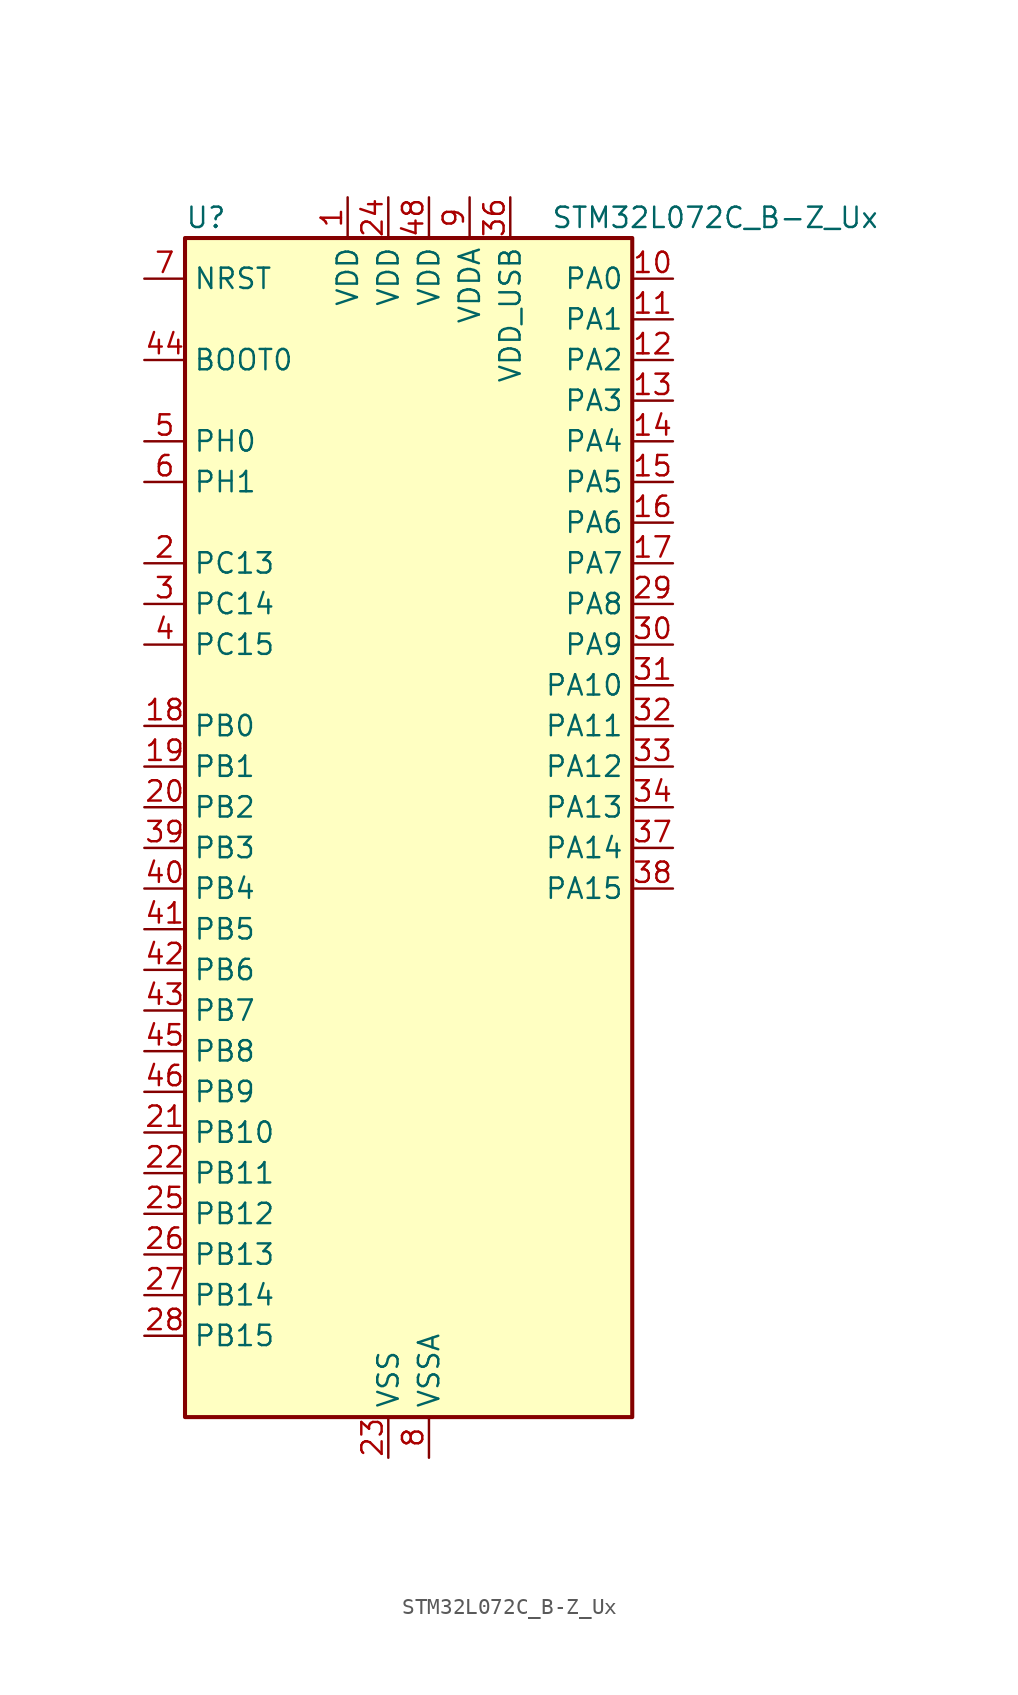
<source format=kicad_sym>
(kicad_symbol_lib
  (version 20220914)
  (generator kicad_symbol_editor)
  (symbol "STM32L072C_B-Z_Ux"
    (property "Reference" "U"
      (at -12.7 39.37 0)
      (effects (font (size 1.27 1.27)) (justify left)))
    (property "Value" "STM32L072C_B-Z_Ux"
      (at 10.16 39.37 0)
      (effects (font (size 1.27 1.27)) (justify left)))
    (property "ki_locked" ""
      (at 0 0 0)
      (effects (font (size 1.27 1.27))))
    (symbol "STM32L072C_B-Z_Ux_0_1"
      (rectangle (start -12.7 -35.56) (end 15.24 38.1) (stroke (width 0.254) (type default)) (fill (type background))))
    (symbol "STM32L072C_B-Z_Ux_1_1"
      (pin power_in line (at -2.54 40.64 270) (length 2.54) (name "VDD" (effects (font (size 1.27 1.27)))) (number "1" (effects (font (size 1.27 1.27)))))
      (pin bidirectional line (at 17.78 35.56 180) (length 2.54) (name "PA0" (effects (font (size 1.27 1.27)))) (number "10" (effects (font (size 1.27 1.27)))) (alternate "ADC_IN0" bidirectional line) (alternate "COMP1_INM" bidirectional line) (alternate "COMP1_OUT" bidirectional line) (alternate "RTC_TAMP2" bidirectional line) (alternate "SYS_WKUP1" bidirectional line) (alternate "TIM2_CH1" bidirectional line) (alternate "TIM2_ETR" bidirectional line) (alternate "TSC_G1_IO1" bidirectional line) (alternate "USART2_CTS" bidirectional line) (alternate "USART4_TX" bidirectional line))
      (pin bidirectional line (at 17.78 33.02 180) (length 2.54) (name "PA1" (effects (font (size 1.27 1.27)))) (number "11" (effects (font (size 1.27 1.27)))) (alternate "ADC_IN1" bidirectional line) (alternate "COMP1_INP" bidirectional line) (alternate "TIM21_ETR" bidirectional line) (alternate "TIM2_CH2" bidirectional line) (alternate "TSC_G1_IO2" bidirectional line) (alternate "USART2_DE" bidirectional line) (alternate "USART2_RTS" bidirectional line) (alternate "USART4_RX" bidirectional line))
      (pin bidirectional line (at 17.78 30.48 180) (length 2.54) (name "PA2" (effects (font (size 1.27 1.27)))) (number "12" (effects (font (size 1.27 1.27)))) (alternate "ADC_IN2" bidirectional line) (alternate "COMP2_INM" bidirectional line) (alternate "COMP2_OUT" bidirectional line) (alternate "LPUART1_TX" bidirectional line) (alternate "TIM21_CH1" bidirectional line) (alternate "TIM2_CH3" bidirectional line) (alternate "TSC_G1_IO3" bidirectional line) (alternate "USART2_TX" bidirectional line))
      (pin bidirectional line (at 17.78 27.94 180) (length 2.54) (name "PA3" (effects (font (size 1.27 1.27)))) (number "13" (effects (font (size 1.27 1.27)))) (alternate "ADC_IN3" bidirectional line) (alternate "COMP2_INP" bidirectional line) (alternate "LPUART1_RX" bidirectional line) (alternate "TIM21_CH2" bidirectional line) (alternate "TIM2_CH4" bidirectional line) (alternate "TSC_G1_IO4" bidirectional line) (alternate "USART2_RX" bidirectional line))
      (pin bidirectional line (at 17.78 25.4 180) (length 2.54) (name "PA4" (effects (font (size 1.27 1.27)))) (number "14" (effects (font (size 1.27 1.27)))) (alternate "ADC_IN4" bidirectional line) (alternate "COMP1_INM" bidirectional line) (alternate "COMP2_INM" bidirectional line) (alternate "DAC_OUT1" bidirectional line) (alternate "SPI1_NSS" bidirectional line) (alternate "TIM22_ETR" bidirectional line) (alternate "TSC_G2_IO1" bidirectional line) (alternate "USART2_CK" bidirectional line))
      (pin bidirectional line (at 17.78 22.86 180) (length 2.54) (name "PA5" (effects (font (size 1.27 1.27)))) (number "15" (effects (font (size 1.27 1.27)))) (alternate "ADC_IN5" bidirectional line) (alternate "COMP1_INM" bidirectional line) (alternate "COMP2_INM" bidirectional line) (alternate "DAC_OUT2" bidirectional line) (alternate "SPI1_SCK" bidirectional line) (alternate "TIM2_CH1" bidirectional line) (alternate "TIM2_ETR" bidirectional line) (alternate "TSC_G2_IO2" bidirectional line))
      (pin bidirectional line (at 17.78 20.32 180) (length 2.54) (name "PA6" (effects (font (size 1.27 1.27)))) (number "16" (effects (font (size 1.27 1.27)))) (alternate "ADC_IN6" bidirectional line) (alternate "COMP1_OUT" bidirectional line) (alternate "LPUART1_CTS" bidirectional line) (alternate "SPI1_MISO" bidirectional line) (alternate "TIM22_CH1" bidirectional line) (alternate "TIM3_CH1" bidirectional line) (alternate "TSC_G2_IO3" bidirectional line))
      (pin bidirectional line (at 17.78 17.78 180) (length 2.54) (name "PA7" (effects (font (size 1.27 1.27)))) (number "17" (effects (font (size 1.27 1.27)))) (alternate "ADC_IN7" bidirectional line) (alternate "COMP2_OUT" bidirectional line) (alternate "SPI1_MOSI" bidirectional line) (alternate "TIM22_CH2" bidirectional line) (alternate "TIM3_CH2" bidirectional line) (alternate "TSC_G2_IO4" bidirectional line))
      (pin bidirectional line (at -15.24 7.62 0) (length 2.54) (name "PB0" (effects (font (size 1.27 1.27)))) (number "18" (effects (font (size 1.27 1.27)))) (alternate "ADC_IN8" bidirectional line) (alternate "SYS_VREF_OUT_PB0" bidirectional line) (alternate "TIM3_CH3" bidirectional line) (alternate "TSC_G3_IO2" bidirectional line))
      (pin bidirectional line (at -15.24 5.08 0) (length 2.54) (name "PB1" (effects (font (size 1.27 1.27)))) (number "19" (effects (font (size 1.27 1.27)))) (alternate "ADC_IN9" bidirectional line) (alternate "LPUART1_DE" bidirectional line) (alternate "LPUART1_RTS" bidirectional line) (alternate "SYS_VREF_OUT_PB1" bidirectional line) (alternate "TIM3_CH4" bidirectional line) (alternate "TSC_G3_IO3" bidirectional line))
      (pin bidirectional line (at -15.24 17.78 0) (length 2.54) (name "PC13" (effects (font (size 1.27 1.27)))) (number "2" (effects (font (size 1.27 1.27)))) (alternate "RTC_OUT_ALARM" bidirectional line) (alternate "RTC_OUT_CALIB" bidirectional line) (alternate "RTC_TAMP1" bidirectional line) (alternate "RTC_TS" bidirectional line) (alternate "SYS_WKUP2" bidirectional line))
      (pin bidirectional line (at -15.24 2.54 0) (length 2.54) (name "PB2" (effects (font (size 1.27 1.27)))) (number "20" (effects (font (size 1.27 1.27)))) (alternate "I2C3_SMBA" bidirectional line) (alternate "LPTIM1_OUT" bidirectional line) (alternate "TSC_G3_IO4" bidirectional line))
      (pin bidirectional line (at -15.24 -17.78 0) (length 2.54) (name "PB10" (effects (font (size 1.27 1.27)))) (number "21" (effects (font (size 1.27 1.27)))) (alternate "I2C2_SCL" bidirectional line) (alternate "LPUART1_RX" bidirectional line) (alternate "LPUART1_TX" bidirectional line) (alternate "SPI2_SCK" bidirectional line) (alternate "TIM2_CH3" bidirectional line) (alternate "TSC_SYNC" bidirectional line))
      (pin bidirectional line (at -15.24 -20.32 0) (length 2.54) (name "PB11" (effects (font (size 1.27 1.27)))) (number "22" (effects (font (size 1.27 1.27)))) (alternate "ADC_EXTI11" bidirectional line) (alternate "I2C2_SDA" bidirectional line) (alternate "LPUART1_RX" bidirectional line) (alternate "LPUART1_TX" bidirectional line) (alternate "TIM2_CH4" bidirectional line) (alternate "TSC_G6_IO1" bidirectional line))
      (pin power_in line (at 0 -38.1 90) (length 2.54) (name "VSS" (effects (font (size 1.27 1.27)))) (number "23" (effects (font (size 1.27 1.27)))))
      (pin power_in line (at 0 40.64 270) (length 2.54) (name "VDD" (effects (font (size 1.27 1.27)))) (number "24" (effects (font (size 1.27 1.27)))))
      (pin bidirectional line (at -15.24 -22.86 0) (length 2.54) (name "PB12" (effects (font (size 1.27 1.27)))) (number "25" (effects (font (size 1.27 1.27)))) (alternate "I2S2_WS" bidirectional line) (alternate "LPUART1_DE" bidirectional line) (alternate "LPUART1_RTS" bidirectional line) (alternate "SPI2_NSS" bidirectional line) (alternate "TSC_G6_IO2" bidirectional line))
      (pin bidirectional line (at -15.24 -25.4 0) (length 2.54) (name "PB13" (effects (font (size 1.27 1.27)))) (number "26" (effects (font (size 1.27 1.27)))) (alternate "I2C2_SCL" bidirectional line) (alternate "I2S2_CK" bidirectional line) (alternate "LPUART1_CTS" bidirectional line) (alternate "RCC_MCO" bidirectional line) (alternate "SPI2_SCK" bidirectional line) (alternate "TIM21_CH1" bidirectional line) (alternate "TSC_G6_IO3" bidirectional line))
      (pin bidirectional line (at -15.24 -27.94 0) (length 2.54) (name "PB14" (effects (font (size 1.27 1.27)))) (number "27" (effects (font (size 1.27 1.27)))) (alternate "I2C2_SDA" bidirectional line) (alternate "I2S2_MCK" bidirectional line) (alternate "LPUART1_DE" bidirectional line) (alternate "LPUART1_RTS" bidirectional line) (alternate "RTC_OUT_ALARM" bidirectional line) (alternate "RTC_OUT_CALIB" bidirectional line) (alternate "SPI2_MISO" bidirectional line) (alternate "TIM21_CH2" bidirectional line) (alternate "TSC_G6_IO4" bidirectional line))
      (pin bidirectional line (at -15.24 -30.48 0) (length 2.54) (name "PB15" (effects (font (size 1.27 1.27)))) (number "28" (effects (font (size 1.27 1.27)))) (alternate "I2S2_SD" bidirectional line) (alternate "RTC_REFIN" bidirectional line) (alternate "SPI2_MOSI" bidirectional line))
      (pin bidirectional line (at 17.78 15.24 180) (length 2.54) (name "PA8" (effects (font (size 1.27 1.27)))) (number "29" (effects (font (size 1.27 1.27)))) (alternate "CRS_SYNC" bidirectional line) (alternate "I2C3_SCL" bidirectional line) (alternate "RCC_MCO" bidirectional line) (alternate "USART1_CK" bidirectional line))
      (pin bidirectional line (at -15.24 15.24 0) (length 2.54) (name "PC14" (effects (font (size 1.27 1.27)))) (number "3" (effects (font (size 1.27 1.27)))) (alternate "RCC_OSC32_IN" bidirectional line))
      (pin bidirectional line (at 17.78 12.7 180) (length 2.54) (name "PA9" (effects (font (size 1.27 1.27)))) (number "30" (effects (font (size 1.27 1.27)))) (alternate "DAC_EXTI9" bidirectional line) (alternate "I2C1_SCL" bidirectional line) (alternate "I2C3_SMBA" bidirectional line) (alternate "RCC_MCO" bidirectional line) (alternate "TSC_G4_IO1" bidirectional line) (alternate "USART1_TX" bidirectional line))
      (pin bidirectional line (at 17.78 10.16 180) (length 2.54) (name "PA10" (effects (font (size 1.27 1.27)))) (number "31" (effects (font (size 1.27 1.27)))) (alternate "I2C1_SDA" bidirectional line) (alternate "TSC_G4_IO2" bidirectional line) (alternate "USART1_RX" bidirectional line))
      (pin bidirectional line (at 17.78 7.62 180) (length 2.54) (name "PA11" (effects (font (size 1.27 1.27)))) (number "32" (effects (font (size 1.27 1.27)))) (alternate "ADC_EXTI11" bidirectional line) (alternate "COMP1_OUT" bidirectional line) (alternate "SPI1_MISO" bidirectional line) (alternate "TSC_G4_IO3" bidirectional line) (alternate "USART1_CTS" bidirectional line) (alternate "USB_DM" bidirectional line))
      (pin bidirectional line (at 17.78 5.08 180) (length 2.54) (name "PA12" (effects (font (size 1.27 1.27)))) (number "33" (effects (font (size 1.27 1.27)))) (alternate "COMP2_OUT" bidirectional line) (alternate "SPI1_MOSI" bidirectional line) (alternate "TSC_G4_IO4" bidirectional line) (alternate "USART1_DE" bidirectional line) (alternate "USART1_RTS" bidirectional line) (alternate "USB_DP" bidirectional line))
      (pin bidirectional line (at 17.78 2.54 180) (length 2.54) (name "PA13" (effects (font (size 1.27 1.27)))) (number "34" (effects (font (size 1.27 1.27)))) (alternate "LPUART1_RX" bidirectional line) (alternate "SYS_SWDIO" bidirectional line) (alternate "USB_NOE" bidirectional line))
      (pin passive line (at 0 -38.1 90) (length 2.54) hide (name "VSS" (effects (font (size 1.27 1.27)))) (number "35" (effects (font (size 1.27 1.27)))))
      (pin power_in line (at 7.62 40.64 270) (length 2.54) (name "VDD_USB" (effects (font (size 1.27 1.27)))) (number "36" (effects (font (size 1.27 1.27)))))
      (pin bidirectional line (at 17.78 0 180) (length 2.54) (name "PA14" (effects (font (size 1.27 1.27)))) (number "37" (effects (font (size 1.27 1.27)))) (alternate "LPUART1_TX" bidirectional line) (alternate "SYS_SWCLK" bidirectional line) (alternate "USART2_TX" bidirectional line))
      (pin bidirectional line (at 17.78 -2.54 180) (length 2.54) (name "PA15" (effects (font (size 1.27 1.27)))) (number "38" (effects (font (size 1.27 1.27)))) (alternate "SPI1_NSS" bidirectional line) (alternate "TIM2_CH1" bidirectional line) (alternate "TIM2_ETR" bidirectional line) (alternate "USART2_RX" bidirectional line) (alternate "USART4_DE" bidirectional line) (alternate "USART4_RTS" bidirectional line))
      (pin bidirectional line (at -15.24 0 0) (length 2.54) (name "PB3" (effects (font (size 1.27 1.27)))) (number "39" (effects (font (size 1.27 1.27)))) (alternate "COMP2_INM" bidirectional line) (alternate "SPI1_SCK" bidirectional line) (alternate "TIM2_CH2" bidirectional line) (alternate "TSC_G5_IO1" bidirectional line) (alternate "USART1_DE" bidirectional line) (alternate "USART1_RTS" bidirectional line) (alternate "USART5_TX" bidirectional line))
      (pin bidirectional line (at -15.24 12.7 0) (length 2.54) (name "PC15" (effects (font (size 1.27 1.27)))) (number "4" (effects (font (size 1.27 1.27)))) (alternate "RCC_OSC32_OUT" bidirectional line))
      (pin bidirectional line (at -15.24 -2.54 0) (length 2.54) (name "PB4" (effects (font (size 1.27 1.27)))) (number "40" (effects (font (size 1.27 1.27)))) (alternate "COMP2_INP" bidirectional line) (alternate "I2C3_SDA" bidirectional line) (alternate "SPI1_MISO" bidirectional line) (alternate "TIM22_CH1" bidirectional line) (alternate "TIM3_CH1" bidirectional line) (alternate "TSC_G5_IO2" bidirectional line) (alternate "USART1_CTS" bidirectional line) (alternate "USART5_RX" bidirectional line))
      (pin bidirectional line (at -15.24 -5.08 0) (length 2.54) (name "PB5" (effects (font (size 1.27 1.27)))) (number "41" (effects (font (size 1.27 1.27)))) (alternate "COMP2_INP" bidirectional line) (alternate "I2C1_SMBA" bidirectional line) (alternate "LPTIM1_IN1" bidirectional line) (alternate "SPI1_MOSI" bidirectional line) (alternate "TIM22_CH2" bidirectional line) (alternate "TIM3_CH2" bidirectional line) (alternate "USART1_CK" bidirectional line) (alternate "USART5_CK" bidirectional line) (alternate "USART5_DE" bidirectional line) (alternate "USART5_RTS" bidirectional line))
      (pin bidirectional line (at -15.24 -7.62 0) (length 2.54) (name "PB6" (effects (font (size 1.27 1.27)))) (number "42" (effects (font (size 1.27 1.27)))) (alternate "COMP2_INP" bidirectional line) (alternate "I2C1_SCL" bidirectional line) (alternate "LPTIM1_ETR" bidirectional line) (alternate "TSC_G5_IO3" bidirectional line) (alternate "USART1_TX" bidirectional line))
      (pin bidirectional line (at -15.24 -10.16 0) (length 2.54) (name "PB7" (effects (font (size 1.27 1.27)))) (number "43" (effects (font (size 1.27 1.27)))) (alternate "COMP2_INP" bidirectional line) (alternate "I2C1_SDA" bidirectional line) (alternate "LPTIM1_IN2" bidirectional line) (alternate "SYS_PVD_IN" bidirectional line) (alternate "TSC_G5_IO4" bidirectional line) (alternate "USART1_RX" bidirectional line) (alternate "USART4_CTS" bidirectional line))
      (pin input line (at -15.24 30.48 0) (length 2.54) (name "BOOT0" (effects (font (size 1.27 1.27)))) (number "44" (effects (font (size 1.27 1.27)))))
      (pin bidirectional line (at -15.24 -12.7 0) (length 2.54) (name "PB8" (effects (font (size 1.27 1.27)))) (number "45" (effects (font (size 1.27 1.27)))) (alternate "I2C1_SCL" bidirectional line) (alternate "TSC_SYNC" bidirectional line))
      (pin bidirectional line (at -15.24 -15.24 0) (length 2.54) (name "PB9" (effects (font (size 1.27 1.27)))) (number "46" (effects (font (size 1.27 1.27)))) (alternate "DAC_EXTI9" bidirectional line) (alternate "I2C1_SDA" bidirectional line) (alternate "I2S2_WS" bidirectional line) (alternate "SPI2_NSS" bidirectional line))
      (pin passive line (at 0 -38.1 90) (length 2.54) hide (name "VSS" (effects (font (size 1.27 1.27)))) (number "47" (effects (font (size 1.27 1.27)))))
      (pin power_in line (at 2.54 40.64 270) (length 2.54) (name "VDD" (effects (font (size 1.27 1.27)))) (number "48" (effects (font (size 1.27 1.27)))))
      (pin passive line (at 0 -38.1 90) (length 2.54) hide (name "VSS" (effects (font (size 1.27 1.27)))) (number "49" (effects (font (size 1.27 1.27)))))
      (pin bidirectional line (at -15.24 25.4 0) (length 2.54) (name "PH0" (effects (font (size 1.27 1.27)))) (number "5" (effects (font (size 1.27 1.27)))) (alternate "CRS_SYNC" bidirectional line) (alternate "RCC_OSC_IN" bidirectional line))
      (pin bidirectional line (at -15.24 22.86 0) (length 2.54) (name "PH1" (effects (font (size 1.27 1.27)))) (number "6" (effects (font (size 1.27 1.27)))) (alternate "RCC_OSC_OUT" bidirectional line))
      (pin input line (at -15.24 35.56 0) (length 2.54) (name "NRST" (effects (font (size 1.27 1.27)))) (number "7" (effects (font (size 1.27 1.27)))))
      (pin power_in line (at 2.54 -38.1 90) (length 2.54) (name "VSSA" (effects (font (size 1.27 1.27)))) (number "8" (effects (font (size 1.27 1.27)))))
      (pin power_in line (at 5.08 40.64 270) (length 2.54) (name "VDDA" (effects (font (size 1.27 1.27)))) (number "9" (effects (font (size 1.27 1.27))))))))
</source>
